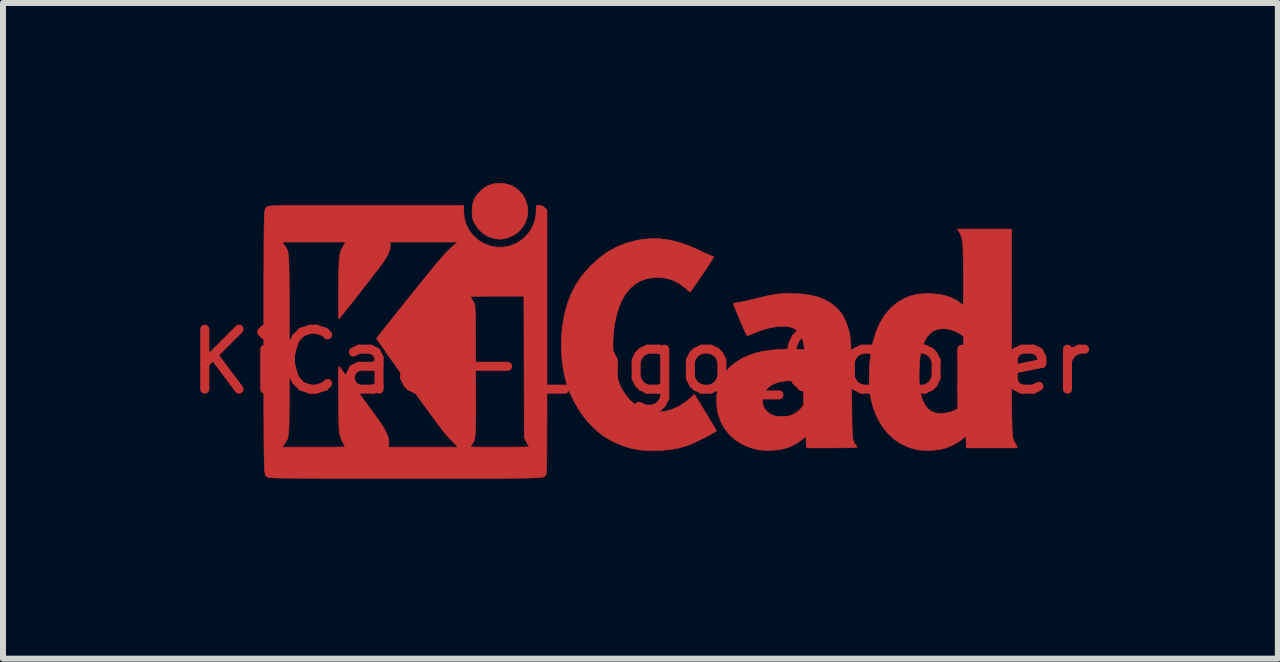
<source format=kicad_pcb>
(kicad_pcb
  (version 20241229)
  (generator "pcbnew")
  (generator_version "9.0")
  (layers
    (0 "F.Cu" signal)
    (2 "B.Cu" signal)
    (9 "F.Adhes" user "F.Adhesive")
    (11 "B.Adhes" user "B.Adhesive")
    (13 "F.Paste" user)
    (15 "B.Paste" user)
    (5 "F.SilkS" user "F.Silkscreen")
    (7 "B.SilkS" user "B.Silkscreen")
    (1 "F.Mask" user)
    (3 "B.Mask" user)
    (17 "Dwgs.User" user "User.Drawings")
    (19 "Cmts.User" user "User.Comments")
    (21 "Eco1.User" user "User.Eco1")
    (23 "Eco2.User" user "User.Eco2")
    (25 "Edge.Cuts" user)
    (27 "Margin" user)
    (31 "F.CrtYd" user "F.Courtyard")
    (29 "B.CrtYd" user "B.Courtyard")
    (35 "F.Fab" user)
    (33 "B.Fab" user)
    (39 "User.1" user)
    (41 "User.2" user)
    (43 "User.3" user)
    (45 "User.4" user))
  (footprint "KiCad-Logo_Copper"
    (layer "F.Cu")
    (at 7.625 2.982)
    (property "Reference" "KiCad-Logo_Copper" (at 0 0 0) (layer "F.Cu") (effects (font (size 1 1) (thickness 0.15))))
    (attr exclude_from_pos_files exclude_from_bom)
    (fp_poly (pts (xy -2.273 -2.973) (xy -2.177 -2.949) (xy -2.09 -2.906) (xy -2.015 -2.847) (xy -1.954 -2.772) (xy -1.909 -2.683) (xy -1.883 -2.586) (xy -1.877 -2.489) (xy -1.892 -2.395) (xy -1.926 -2.307) (xy -1.977 -2.228) (xy -2.042 -2.16) (xy -2.121 -2.106) (xy -2.212 -2.068) (xy -2.263 -2.056) (xy -2.308 -2.048) (xy -2.342 -2.045) (xy -2.375 -2.047) (xy -2.415 -2.054) (xy -2.449 -2.061) (xy -2.542 -2.092) (xy -2.626 -2.143) (xy -2.698 -2.213) (xy -2.756 -2.298) (xy -2.77 -2.326) (xy -2.787 -2.362) (xy -2.797 -2.392) (xy -2.802 -2.425) (xy -2.805 -2.466) (xy -2.805 -2.512) (xy -2.801 -2.596) (xy -2.787 -2.665) (xy -2.762 -2.726) (xy -2.723 -2.784) (xy -2.684 -2.829) (xy -2.612 -2.895) (xy -2.537 -2.94) (xy -2.455 -2.967) (xy -2.377 -2.977) (xy -2.273 -2.973)) (stroke (width 0.01) (type solid)) (fill yes) (layer "F.Cu"))
    (fp_poly (pts (xy 0.328 -2.051) (xy 0.489 -2.03) (xy 0.653 -1.99) (xy 0.822 -1.93) (xy 1 -1.851) (xy 1.011 -1.845) (xy 1.069 -1.817) (xy 1.121 -1.793) (xy 1.162 -1.775) (xy 1.19 -1.764) (xy 1.2 -1.761) (xy 1.219 -1.756) (xy 1.224 -1.752) (xy 1.218 -1.741) (xy 1.202 -1.715) (xy 1.177 -1.676) (xy 1.145 -1.626) (xy 1.107 -1.569) (xy 1.066 -1.507) (xy 1.023 -1.442) (xy 0.98 -1.379) (xy 0.939 -1.319) (xy 0.902 -1.265) (xy 0.871 -1.22) (xy 0.847 -1.186) (xy 0.832 -1.167) (xy 0.83 -1.165) (xy 0.82 -1.17) (xy 0.798 -1.187) (xy 0.767 -1.214) (xy 0.752 -1.228) (xy 0.655 -1.303) (xy 0.548 -1.359) (xy 0.433 -1.394) (xy 0.31 -1.408) (xy 0.241 -1.407) (xy 0.119 -1.39) (xy 0.01 -1.354) (xy -0.087 -1.299) (xy -0.174 -1.225) (xy -0.249 -1.131) (xy -0.314 -1.018) (xy -0.351 -0.931) (xy -0.395 -0.796) (xy -0.428 -0.648) (xy -0.448 -0.493) (xy -0.458 -0.333) (xy -0.456 -0.173) (xy -0.443 -0.016) (xy -0.419 0.133) (xy -0.384 0.271) (xy -0.338 0.395) (xy -0.322 0.429) (xy -0.253 0.543) (xy -0.173 0.64) (xy -0.081 0.718) (xy 0.02 0.777) (xy 0.13 0.816) (xy 0.247 0.834) (xy 0.289 0.835) (xy 0.41 0.824) (xy 0.531 0.791) (xy 0.649 0.737) (xy 0.762 0.663) (xy 0.854 0.585) (xy 0.9 0.54) (xy 1.081 0.837) (xy 1.127 0.911) (xy 1.168 0.98) (xy 1.204 1.039) (xy 1.233 1.088) (xy 1.254 1.124) (xy 1.265 1.144) (xy 1.266 1.147) (xy 1.258 1.157) (xy 1.233 1.174) (xy 1.193 1.197) (xy 1.142 1.225) (xy 1.084 1.255) (xy 1.021 1.287) (xy 0.958 1.318) (xy 0.896 1.346) (xy 0.839 1.371) (xy 0.791 1.391) (xy 0.768 1.399) (xy 0.634 1.437) (xy 0.496 1.462) (xy 0.349 1.475) (xy 0.222 1.477) (xy 0.154 1.476) (xy 0.088 1.474) (xy 0.031 1.471) (xy -0.013 1.468) (xy -0.027 1.466) (xy -0.166 1.438) (xy -0.307 1.392) (xy -0.445 1.334) (xy -0.572 1.264) (xy -0.649 1.211) (xy -0.777 1.103) (xy -0.895 0.977) (xy -1.002 0.835) (xy -1.095 0.681) (xy -1.173 0.518) (xy -1.217 0.401) (xy -1.267 0.217) (xy -1.301 0.023) (xy -1.318 -0.179) (xy -1.318 -0.382) (xy -1.301 -0.584) (xy -1.268 -0.781) (xy -1.217 -0.967) (xy -1.214 -0.978) (xy -1.151 -1.14) (xy -1.074 -1.288) (xy -0.981 -1.426) (xy -0.868 -1.558) (xy -0.825 -1.604) (xy -0.688 -1.728) (xy -0.549 -1.83) (xy -0.403 -1.912) (xy -0.249 -1.975) (xy -0.084 -2.02) (xy 0.011 -2.038) (xy 0.17 -2.054) (xy 0.328 -2.051)) (stroke (width 0.01) (type solid)) (fill yes) (layer "F.Cu"))
    (fp_poly (pts (xy 6.187 -0.528) (xy 6.187 -0.293) (xy 6.187 -0.08) (xy 6.187 0.112) (xy 6.187 0.285) (xy 6.187 0.441) (xy 6.188 0.579) (xy 6.188 0.701) (xy 6.189 0.808) (xy 6.19 0.901) (xy 6.192 0.982) (xy 6.194 1.051) (xy 6.196 1.11) (xy 6.198 1.159) (xy 6.202 1.2) (xy 6.205 1.234) (xy 6.21 1.262) (xy 6.214 1.285) (xy 6.22 1.304) (xy 6.226 1.321) (xy 6.233 1.335) (xy 6.24 1.349) (xy 6.249 1.364) (xy 6.254 1.373) (xy 6.288 1.434) (xy 5.43 1.434) (xy 5.43 1.338) (xy 5.429 1.294) (xy 5.427 1.261) (xy 5.424 1.243) (xy 5.423 1.242) (xy 5.412 1.249) (xy 5.389 1.267) (xy 5.366 1.286) (xy 5.312 1.327) (xy 5.242 1.368) (xy 5.165 1.405) (xy 5.088 1.435) (xy 5.057 1.445) (xy 4.989 1.46) (xy 4.906 1.47) (xy 4.816 1.475) (xy 4.728 1.474) (xy 4.649 1.469) (xy 4.612 1.463) (xy 4.473 1.425) (xy 4.346 1.367) (xy 4.23 1.29) (xy 4.127 1.195) (xy 4.036 1.081) (xy 3.969 0.97) (xy 3.914 0.854) (xy 3.872 0.734) (xy 3.842 0.608) (xy 3.823 0.472) (xy 3.815 0.32) (xy 3.814 0.243) (xy 3.816 0.186) (xy 4.645 0.186) (xy 4.645 0.279) (xy 4.648 0.367) (xy 4.654 0.444) (xy 4.662 0.505) (xy 4.665 0.517) (xy 4.697 0.625) (xy 4.738 0.712) (xy 4.79 0.779) (xy 4.853 0.826) (xy 4.926 0.853) (xy 5.011 0.862) (xy 5.107 0.851) (xy 5.17 0.835) (xy 5.219 0.817) (xy 5.274 0.791) (xy 5.314 0.767) (xy 5.385 0.721) (xy 5.385 -0.429) (xy 5.317 -0.473) (xy 5.239 -0.514) (xy 5.155 -0.541) (xy 5.07 -0.553) (xy 4.988 -0.549) (xy 4.915 -0.53) (xy 4.883 -0.515) (xy 4.826 -0.472) (xy 4.777 -0.415) (xy 4.735 -0.342) (xy 4.701 -0.252) (xy 4.672 -0.141) (xy 4.671 -0.135) (xy 4.66 -0.073) (xy 4.653 0.005) (xy 4.648 0.093) (xy 4.645 0.186) (xy 3.816 0.186) (xy 3.822 0.03) (xy 3.844 -0.166) (xy 3.88 -0.345) (xy 3.93 -0.506) (xy 3.994 -0.65) (xy 4.071 -0.777) (xy 4.163 -0.886) (xy 4.268 -0.977) (xy 4.314 -1.008) (xy 4.415 -1.064) (xy 4.518 -1.104) (xy 4.628 -1.128) (xy 4.749 -1.138) (xy 4.842 -1.137) (xy 4.971 -1.126) (xy 5.084 -1.104) (xy 5.183 -1.07) (xy 5.271 -1.024) (xy 5.32 -0.99) (xy 5.349 -0.968) (xy 5.371 -0.953) (xy 5.379 -0.948) (xy 5.381 -0.959) (xy 5.382 -0.99) (xy 5.383 -1.037) (xy 5.384 -1.1) (xy 5.384 -1.173) (xy 5.384 -1.256) (xy 5.384 -1.344) (xy 5.384 -1.436) (xy 5.383 -1.528) (xy 5.382 -1.618) (xy 5.381 -1.704) (xy 5.38 -1.781) (xy 5.379 -1.848) (xy 5.377 -1.902) (xy 5.375 -1.94) (xy 5.375 -1.947) (xy 5.367 -2.018) (xy 5.356 -2.073) (xy 5.338 -2.12) (xy 5.312 -2.166) (xy 5.305 -2.176) (xy 5.281 -2.213) (xy 6.186 -2.213) (xy 6.187 -0.528)) (stroke (width 0.01) (type solid)) (fill yes) (layer "F.Cu"))
    (fp_poly (pts (xy 2.674 -1.133) (xy 2.825 -1.113) (xy 2.961 -1.08) (xy 3.08 -1.032) (xy 3.185 -0.971) (xy 3.262 -0.907) (xy 3.331 -0.833) (xy 3.385 -0.753) (xy 3.428 -0.661) (xy 3.443 -0.618) (xy 3.456 -0.579) (xy 3.467 -0.543) (xy 3.477 -0.508) (xy 3.485 -0.472) (xy 3.492 -0.433) (xy 3.498 -0.39) (xy 3.503 -0.34) (xy 3.507 -0.283) (xy 3.51 -0.215) (xy 3.513 -0.136) (xy 3.515 -0.043) (xy 3.517 0.066) (xy 3.518 0.192) (xy 3.52 0.337) (xy 3.521 0.48) (xy 3.522 0.636) (xy 3.524 0.771) (xy 3.525 0.887) (xy 3.526 0.986) (xy 3.528 1.068) (xy 3.53 1.136) (xy 3.532 1.192) (xy 3.535 1.236) (xy 3.539 1.271) (xy 3.544 1.299) (xy 3.55 1.321) (xy 3.557 1.338) (xy 3.565 1.352) (xy 3.574 1.366) (xy 3.585 1.38) (xy 3.59 1.385) (xy 3.605 1.408) (xy 3.612 1.423) (xy 3.612 1.424) (xy 3.602 1.426) (xy 3.571 1.428) (xy 3.522 1.43) (xy 3.458 1.431) (xy 3.382 1.433) (xy 3.295 1.433) (xy 3.2 1.434) (xy 3.19 1.434) (xy 2.767 1.434) (xy 2.763 1.338) (xy 2.76 1.242) (xy 2.698 1.293) (xy 2.601 1.36) (xy 2.491 1.415) (xy 2.404 1.445) (xy 2.335 1.46) (xy 2.252 1.47) (xy 2.162 1.475) (xy 2.074 1.474) (xy 1.995 1.468) (xy 1.959 1.463) (xy 1.819 1.425) (xy 1.692 1.37) (xy 1.58 1.299) (xy 1.484 1.213) (xy 1.404 1.112) (xy 1.341 0.997) (xy 1.296 0.871) (xy 1.284 0.814) (xy 1.276 0.752) (xy 1.273 0.677) (xy 1.272 0.643) (xy 1.272 0.64) (xy 2.032 0.64) (xy 2.042 0.715) (xy 2.07 0.779) (xy 2.118 0.835) (xy 2.123 0.839) (xy 2.172 0.874) (xy 2.223 0.897) (xy 2.284 0.909) (xy 2.359 0.911) (xy 2.377 0.911) (xy 2.431 0.908) (xy 2.471 0.903) (xy 2.506 0.893) (xy 2.545 0.876) (xy 2.556 0.871) (xy 2.616 0.835) (xy 2.663 0.792) (xy 2.676 0.777) (xy 2.721 0.72) (xy 2.721 0.525) (xy 2.72 0.446) (xy 2.718 0.388) (xy 2.715 0.349) (xy 2.711 0.327) (xy 2.707 0.32) (xy 2.691 0.317) (xy 2.657 0.314) (xy 2.61 0.313) (xy 2.555 0.312) (xy 2.546 0.312) (xy 2.425 0.317) (xy 2.323 0.333) (xy 2.236 0.361) (xy 2.164 0.401) (xy 2.109 0.448) (xy 2.064 0.506) (xy 2.039 0.569) (xy 2.032 0.64) (xy 1.272 0.64) (xy 1.274 0.55) (xy 1.283 0.471) (xy 1.299 0.4) (xy 1.324 0.329) (xy 1.348 0.276) (xy 1.407 0.181) (xy 1.485 0.093) (xy 1.58 0.014) (xy 1.69 -0.055) (xy 1.813 -0.111) (xy 1.945 -0.154) (xy 2.009 -0.169) (xy 2.146 -0.191) (xy 2.294 -0.206) (xy 2.446 -0.212) (xy 2.572 -0.211) (xy 2.734 -0.204) (xy 2.727 -0.263) (xy 2.707 -0.362) (xy 2.676 -0.443) (xy 2.632 -0.506) (xy 2.575 -0.551) (xy 2.503 -0.58) (xy 2.416 -0.594) (xy 2.313 -0.591) (xy 2.275 -0.587) (xy 2.134 -0.562) (xy 1.997 -0.521) (xy 1.902 -0.483) (xy 1.857 -0.464) (xy 1.819 -0.448) (xy 1.792 -0.439) (xy 1.785 -0.437) (xy 1.775 -0.446) (xy 1.758 -0.475) (xy 1.734 -0.524) (xy 1.703 -0.594) (xy 1.665 -0.684) (xy 1.658 -0.7) (xy 1.628 -0.772) (xy 1.601 -0.838) (xy 1.578 -0.893) (xy 1.561 -0.936) (xy 1.55 -0.963) (xy 1.547 -0.972) (xy 1.557 -0.977) (xy 1.583 -0.982) (xy 1.611 -0.986) (xy 1.642 -0.991) (xy 1.689 -1) (xy 1.751 -1.013) (xy 1.821 -1.029) (xy 1.896 -1.047) (xy 1.925 -1.054) (xy 2.03 -1.08) (xy 2.117 -1.1) (xy 2.192 -1.115) (xy 2.258 -1.126) (xy 2.319 -1.133) (xy 2.381 -1.138) (xy 2.446 -1.14) (xy 2.504 -1.14) (xy 2.674 -1.133)) (stroke (width 0.01) (type solid)) (fill yes) (layer "F.Cu"))
    (fp_poly (pts (xy -2.946 -2.511) (xy -2.936 -2.397) (xy -2.904 -2.289) (xy -2.853 -2.19) (xy -2.784 -2.102) (xy -2.699 -2.027) (xy -2.602 -1.97) (xy -2.496 -1.93) (xy -2.389 -1.911) (xy -2.283 -1.913) (xy -2.181 -1.932) (xy -2.085 -1.969) (xy -1.996 -2.021) (xy -1.917 -2.087) (xy -1.849 -2.167) (xy -1.796 -2.258) (xy -1.759 -2.359) (xy -1.74 -2.47) (xy -1.738 -2.52) (xy -1.738 -2.608) (xy -1.687 -2.608) (xy -1.65 -2.605) (xy -1.623 -2.593) (xy -1.596 -2.569) (xy -1.558 -2.531) (xy -1.558 -0.339) (xy -1.558 -0.077) (xy -1.558 0.163) (xy -1.558 0.383) (xy -1.558 0.583) (xy -1.558 0.764) (xy -1.558 0.928) (xy -1.559 1.074) (xy -1.559 1.205) (xy -1.559 1.32) (xy -1.56 1.421) (xy -1.561 1.509) (xy -1.561 1.585) (xy -1.562 1.65) (xy -1.563 1.704) (xy -1.564 1.749) (xy -1.565 1.786) (xy -1.567 1.815) (xy -1.568 1.837) (xy -1.57 1.854) (xy -1.572 1.866) (xy -1.574 1.874) (xy -1.576 1.88) (xy -1.577 1.882) (xy -1.581 1.889) (xy -1.585 1.895) (xy -1.589 1.901) (xy -1.594 1.906) (xy -1.601 1.911) (xy -1.611 1.916) (xy -1.625 1.92) (xy -1.645 1.923) (xy -1.669 1.926) (xy -1.701 1.929) (xy -1.741 1.931) (xy -1.789 1.934) (xy -1.846 1.935) (xy -1.914 1.937) (xy -1.994 1.938) (xy -2.085 1.939) (xy -2.19 1.94) (xy -2.309 1.94) (xy -2.443 1.941) (xy -2.593 1.941) (xy -2.76 1.941) (xy -2.945 1.942) (xy -3.149 1.942) (xy -3.372 1.942) (xy -3.616 1.941) (xy -3.881 1.941) (xy -3.92 1.941) (xy -4.187 1.941) (xy -4.432 1.941) (xy -4.657 1.941) (xy -4.861 1.941) (xy -5.047 1.941) (xy -5.215 1.941) (xy -5.366 1.94) (xy -5.501 1.94) (xy -5.62 1.939) (xy -5.725 1.939) (xy -5.817 1.938) (xy -5.896 1.938) (xy -5.964 1.937) (xy -6.021 1.936) (xy -6.069 1.935) (xy -6.107 1.933) (xy -6.138 1.932) (xy -6.162 1.931) (xy -6.18 1.929) (xy -6.192 1.927) (xy -6.201 1.925) (xy -6.205 1.923) (xy -6.214 1.92) (xy -6.221 1.917) (xy -6.229 1.915) (xy -6.235 1.911) (xy -6.241 1.906) (xy -6.246 1.897) (xy -6.251 1.885) (xy -6.255 1.869) (xy -6.259 1.846) (xy -6.262 1.818) (xy -6.265 1.781) (xy -6.268 1.737) (xy -6.27 1.683) (xy -6.271 1.618) (xy -6.273 1.543) (xy -6.274 1.455) (xy -6.275 1.354) (xy -6.276 1.239) (xy -6.276 1.11) (xy -6.276 0.964) (xy -6.277 0.802) (xy -6.277 0.621) (xy -6.277 0.422) (xy -6.277 0.204) (xy -6.277 -0.035) (xy -6.277 -0.296) (xy -6.277 -0.338) (xy -6.277 -0.601) (xy -6.277 -0.842) (xy -6.277 -1.063) (xy -6.277 -1.264) (xy -6.277 -1.446) (xy -6.276 -1.61) (xy -6.276 -1.757) (xy -6.276 -1.888) (xy -6.275 -1.998) (xy -5.972 -1.998) (xy -5.932 -1.94) (xy -5.921 -1.925) (xy -5.911 -1.911) (xy -5.902 -1.897) (xy -5.894 -1.883) (xy -5.887 -1.868) (xy -5.881 -1.849) (xy -5.875 -1.826) (xy -5.871 -1.798) (xy -5.867 -1.764) (xy -5.863 -1.722) (xy -5.861 -1.67) (xy -5.858 -1.609) (xy -5.857 -1.537) (xy -5.855 -1.452) (xy -5.855 -1.354) (xy -5.854 -1.24) (xy -5.853 -1.111) (xy -5.853 -0.965) (xy -5.853 -0.8) (xy -5.853 -0.616) (xy -5.853 -0.41) (xy -5.853 -0.288) (xy -5.853 -0.071) (xy -5.853 0.125) (xy -5.853 0.3) (xy -5.853 0.456) (xy -5.854 0.595) (xy -5.854 0.717) (xy -5.855 0.823) (xy -5.856 0.915) (xy -5.857 0.994) (xy -5.859 1.062) (xy -5.862 1.118) (xy -5.865 1.165) (xy -5.868 1.204) (xy -5.872 1.235) (xy -5.877 1.261) (xy -5.883 1.282) (xy -5.89 1.299) (xy -5.897 1.314) (xy -5.906 1.327) (xy -5.915 1.341) (xy -5.925 1.356) (xy -5.932 1.365) (xy -5.97 1.422) (xy -5.439 1.422) (xy -5.315 1.422) (xy -5.213 1.422) (xy -5.129 1.422) (xy -5.063 1.421) (xy -5.012 1.42) (xy -4.974 1.419) (xy -4.948 1.417) (xy -4.932 1.415) (xy -4.923 1.412) (xy -4.921 1.408) (xy -4.923 1.404) (xy -4.925 1.403) (xy -4.95 1.366) (xy -4.976 1.313) (xy -4.999 1.251) (xy -5.007 1.224) (xy -5.012 1.206) (xy -5.016 1.185) (xy -5.019 1.159) (xy -5.022 1.126) (xy -5.024 1.083) (xy -5.026 1.028) (xy -5.028 0.96) (xy -5.029 0.877) (xy -5.03 0.775) (xy -5.031 0.654) (xy -5.032 0.61) (xy -5.033 0.484) (xy -5.033 0.38) (xy -5.034 0.295) (xy -5.034 0.227) (xy -5.034 0.174) (xy -5.033 0.135) (xy -5.031 0.107) (xy -5.029 0.09) (xy -5.027 0.081) (xy -5.023 0.078) (xy -5.019 0.08) (xy -5.015 0.085) (xy -5.004 0.098) (xy -4.982 0.127) (xy -4.95 0.17) (xy -4.909 0.225) (xy -4.861 0.289) (xy -4.808 0.362) (xy -4.751 0.44) (xy -4.691 0.521) (xy -4.631 0.603) (xy -4.572 0.685) (xy -4.514 0.763) (xy -4.461 0.836) (xy -4.413 0.902) (xy -4.373 0.959) (xy -4.341 1.004) (xy -4.318 1.035) (xy -4.314 1.041) (xy -4.291 1.078) (xy -4.264 1.126) (xy -4.239 1.176) (xy -4.236 1.183) (xy -4.214 1.231) (xy -4.201 1.268) (xy -4.196 1.304) (xy -4.194 1.346) (xy -4.195 1.422) (xy -3.041 1.422) (xy -3.132 1.329) (xy -3.179 1.279) (xy -3.229 1.222) (xy -3.275 1.168) (xy -3.295 1.143) (xy -3.326 1.103) (xy -3.366 1.05) (xy -3.414 0.985) (xy -3.47 0.909) (xy -3.532 0.825) (xy -3.599 0.733) (xy -3.669 0.636) (xy -3.743 0.535) (xy -3.817 0.432) (xy -3.892 0.328) (xy -3.966 0.225) (xy -4.038 0.125) (xy -4.106 0.029) (xy -4.17 -0.061) (xy -4.229 -0.144) (xy -4.28 -0.218) (xy -4.324 -0.28) (xy -4.359 -0.33) (xy -4.383 -0.367) (xy -4.396 -0.387) (xy -4.398 -0.391) (xy -4.39 -0.403) (xy -4.369 -0.43) (xy -4.337 -0.471) (xy -4.294 -0.525) (xy -4.243 -0.589) (xy -4.185 -0.663) (xy -4.12 -0.744) (xy -4.051 -0.831) (xy -3.979 -0.921) (xy -3.904 -1.014) (xy -3.845 -1.088) (xy -2.834 -1.088) (xy -2.828 -1.075) (xy -2.813 -1.053) (xy -2.812 -1.052) (xy -2.793 -1.021) (xy -2.774 -0.985) (xy -2.77 -0.976) (xy -2.766 -0.968) (xy -2.763 -0.958) (xy -2.76 -0.945) (xy -2.758 -0.927) (xy -2.756 -0.904) (xy -2.754 -0.873) (xy -2.753 -0.833) (xy -2.751 -0.784) (xy -2.75 -0.723) (xy -2.749 -0.649) (xy -2.749 -0.561) (xy -2.748 -0.457) (xy -2.747 -0.337) (xy -2.747 -0.198) (xy -2.746 -0.039) (xy -2.746 0.14) (xy -2.745 0.325) (xy -2.745 0.489) (xy -2.745 0.633) (xy -2.744 0.759) (xy -2.745 0.868) (xy -2.745 0.961) (xy -2.747 1.04) (xy -2.748 1.106) (xy -2.75 1.161) (xy -2.753 1.206) (xy -2.757 1.242) (xy -2.761 1.271) (xy -2.766 1.295) (xy -2.772 1.313) (xy -2.779 1.329) (xy -2.787 1.344) (xy -2.797 1.358) (xy -2.805 1.37) (xy -2.822 1.396) (xy -2.832 1.414) (xy -2.834 1.417) (xy -2.823 1.418) (xy -2.791 1.419) (xy -2.742 1.42) (xy -2.677 1.421) (xy -2.599 1.422) (xy -2.51 1.422) (xy -2.411 1.422) (xy -2.342 1.422) (xy -2.237 1.422) (xy -2.141 1.422) (xy -2.054 1.421) (xy -1.98 1.419) (xy -1.921 1.418) (xy -1.879 1.416) (xy -1.855 1.414) (xy -1.851 1.412) (xy -1.859 1.398) (xy -1.867 1.39) (xy -1.88 1.372) (xy -1.897 1.342) (xy -1.909 1.318) (xy -1.936 1.259) (xy -1.939 0.082) (xy -1.942 -1.095) (xy -2.388 -1.095) (xy -2.486 -1.095) (xy -2.576 -1.094) (xy -2.657 -1.094) (xy -2.725 -1.093) (xy -2.779 -1.092) (xy -2.815 -1.09) (xy -2.833 -1.089) (xy -2.834 -1.088) (xy -3.845 -1.088) (xy -3.829 -1.107) (xy -3.755 -1.199) (xy -3.683 -1.289) (xy -3.615 -1.374) (xy -3.551 -1.452) (xy -3.494 -1.523) (xy -3.444 -1.584) (xy -3.403 -1.633) (xy -3.386 -1.654) (xy -3.3 -1.754) (xy -3.223 -1.838) (xy -3.154 -1.906) (xy -3.091 -1.96) (xy -3.082 -1.967) (xy -3.042 -1.998) (xy -4.174 -1.998) (xy -4.169 -1.95) (xy -4.172 -1.893) (xy -4.194 -1.825) (xy -4.234 -1.745) (xy -4.279 -1.673) (xy -4.295 -1.65) (xy -4.323 -1.612) (xy -4.361 -1.562) (xy -4.408 -1.501) (xy -4.462 -1.432) (xy -4.52 -1.356) (xy -4.582 -1.276) (xy -4.646 -1.194) (xy -4.71 -1.112) (xy -4.773 -1.032) (xy -4.832 -0.957) (xy -4.887 -0.888) (xy -4.935 -0.828) (xy -4.974 -0.778) (xy -5.004 -0.742) (xy -5.022 -0.72) (xy -5.025 -0.717) (xy -5.028 -0.725) (xy -5.03 -0.755) (xy -5.032 -0.807) (xy -5.033 -0.881) (xy -5.033 -0.977) (xy -5.033 -1.094) (xy -5.032 -1.214) (xy -5.03 -1.346) (xy -5.029 -1.457) (xy -5.027 -1.551) (xy -5.024 -1.629) (xy -5.021 -1.692) (xy -5.016 -1.745) (xy -5.009 -1.788) (xy -5.002 -1.823) (xy -4.992 -1.854) (xy -4.98 -1.882) (xy -4.965 -1.91) (xy -4.95 -1.935) (xy -4.912 -1.998) (xy -5.972 -1.998) (xy -6.275 -1.998) (xy -6.275 -2.004) (xy -6.274 -2.106) (xy -6.273 -2.195) (xy -6.272 -2.272) (xy -6.27 -2.337) (xy -6.269 -2.393) (xy -6.266 -2.438) (xy -6.264 -2.475) (xy -6.261 -2.505) (xy -6.258 -2.528) (xy -6.254 -2.546) (xy -6.25 -2.559) (xy -6.245 -2.568) (xy -6.24 -2.574) (xy -6.234 -2.579) (xy -6.228 -2.582) (xy -6.222 -2.586) (xy -6.216 -2.589) (xy -6.21 -2.592) (xy -6.202 -2.594) (xy -6.19 -2.596) (xy -6.173 -2.598) (xy -6.149 -2.6) (xy -6.118 -2.601) (xy -6.079 -2.602) (xy -6.03 -2.603) (xy -5.971 -2.604) (xy -5.899 -2.605) (xy -5.815 -2.606) (xy -5.718 -2.606) (xy -5.605 -2.607) (xy -5.476 -2.607) (xy -5.33 -2.607) (xy -5.166 -2.608) (xy -4.982 -2.608) (xy -4.778 -2.608) (xy -4.567 -2.608) (xy -2.946 -2.608) (xy -2.946 -2.511)) (stroke (width 0.01) (type solid)) (fill yes) (layer "F.Cu")))
  (gr_rect
    (start -3 -3)
    (end 18.25 7.929)
    (stroke (width 0.1) (type default))
    (fill no)
    (layer "Edge.Cuts")))
</source>
